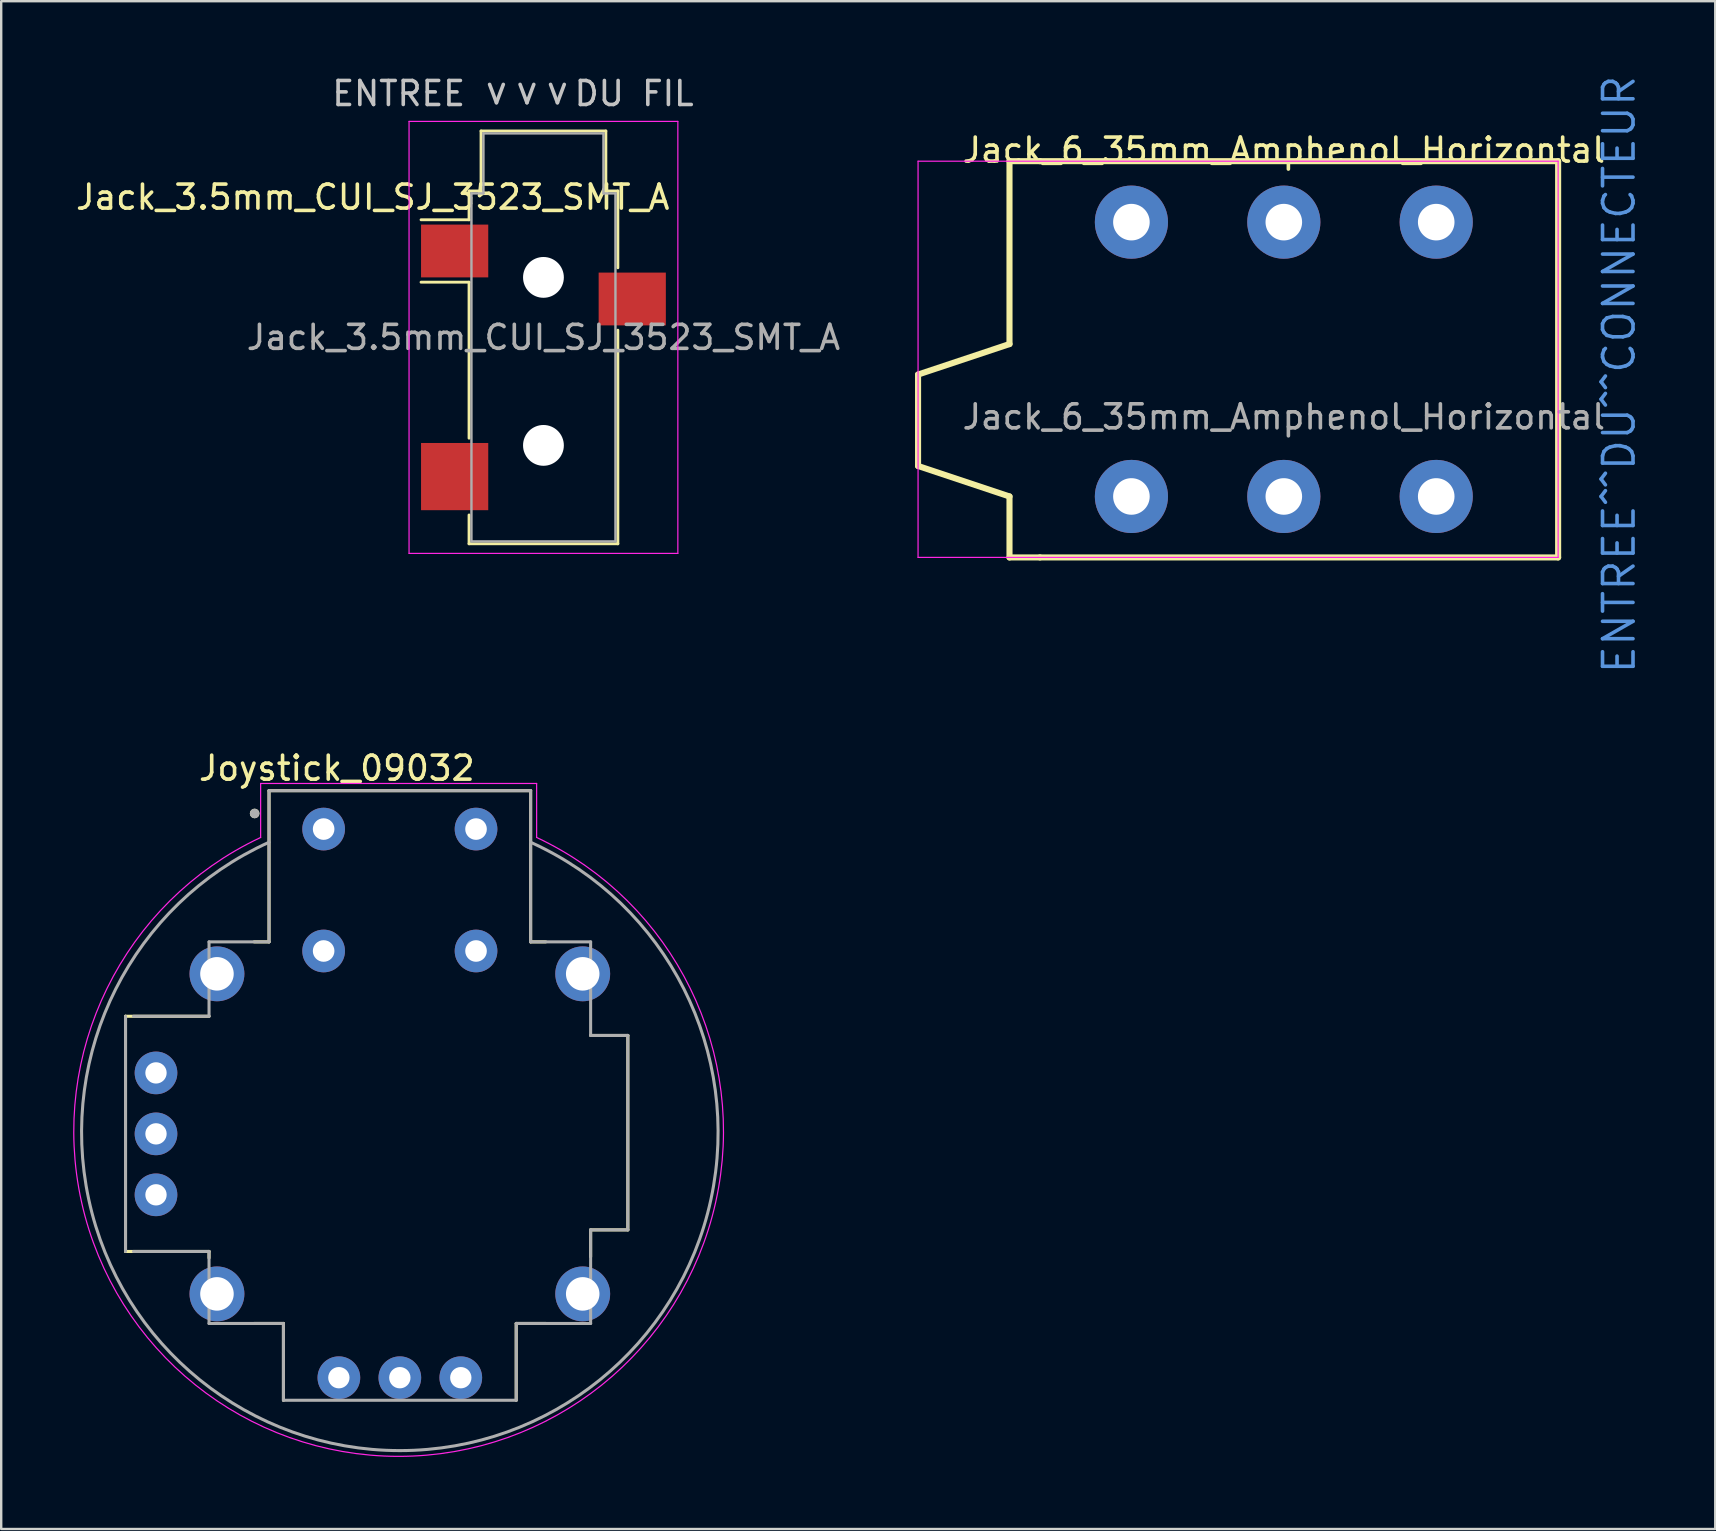
<source format=kicad_pcb>
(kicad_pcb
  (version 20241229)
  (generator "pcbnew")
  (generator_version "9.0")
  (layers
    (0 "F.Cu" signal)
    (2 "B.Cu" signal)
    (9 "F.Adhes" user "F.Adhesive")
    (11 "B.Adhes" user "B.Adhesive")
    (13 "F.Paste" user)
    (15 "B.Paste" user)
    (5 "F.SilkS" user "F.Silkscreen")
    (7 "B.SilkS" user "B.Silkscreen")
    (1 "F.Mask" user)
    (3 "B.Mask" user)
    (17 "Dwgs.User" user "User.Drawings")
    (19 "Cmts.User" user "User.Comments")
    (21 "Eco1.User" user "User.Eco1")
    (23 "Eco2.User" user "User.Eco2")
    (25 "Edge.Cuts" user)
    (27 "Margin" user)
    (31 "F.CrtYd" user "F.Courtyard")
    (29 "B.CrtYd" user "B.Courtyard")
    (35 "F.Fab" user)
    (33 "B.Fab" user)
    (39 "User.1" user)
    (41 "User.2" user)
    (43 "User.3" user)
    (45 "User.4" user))
  (footprint "Jack_3.5mm_CUI_SJ_3523_SMT_A"
    (layer "F.Cu")
    (at 19.594 11.008)
    (property "Reference" "Jack_3.5mm_CUI_SJ_3523_SMT_A" (at -7.112 -5.842 0) (layer "F.SilkS") (effects (font (size 1 1) (thickness 0.15))))
    (attr smd)
    (fp_line (start -3.1 -6.1) (end -2.6 -6.1) (stroke (width 0.12) (type solid)) (layer "F.SilkS"))
    (fp_line (start -3.1 -4.9) (end -5.1 -4.9) (stroke (width 0.12) (type solid)) (layer "F.SilkS"))
    (fp_line (start -3.1 -4.9) (end -3.1 -6.1) (stroke (width 0.12) (type solid)) (layer "F.SilkS"))
    (fp_line (start -3.1 -2.3) (end -5.1 -2.3) (stroke (width 0.12) (type solid)) (layer "F.SilkS"))
    (fp_line (start -3.1 4.2) (end -3.1 -2.3) (stroke (width 0.12) (type solid)) (layer "F.SilkS"))
    (fp_line (start -3.1 8.6) (end -3.1 7.4) (stroke (width 0.12) (type solid)) (layer "F.SilkS"))
    (fp_line (start -2.6 -8.6) (end 2.6 -8.6) (stroke (width 0.12) (type solid)) (layer "F.SilkS"))
    (fp_line (start -2.6 -6.1) (end -2.6 -8.6) (stroke (width 0.12) (type solid)) (layer "F.SilkS"))
    (fp_line (start 2.6 -8.6) (end 2.6 -6.1) (stroke (width 0.12) (type solid)) (layer "F.SilkS"))
    (fp_line (start 2.6 -6.1) (end 3.1 -6.1) (stroke (width 0.12) (type solid)) (layer "F.SilkS"))
    (fp_line (start 3.1 -6.1) (end 3.1 -2.9) (stroke (width 0.12) (type solid)) (layer "F.SilkS"))
    (fp_line (start 3.1 -0.3) (end 3.1 8.6) (stroke (width 0.12) (type solid)) (layer "F.SilkS"))
    (fp_line (start 3.1 8.6) (end -3.1 8.6) (stroke (width 0.12) (type solid)) (layer "F.SilkS"))
    (fp_line (start -5.6 -9) (end 5.6 -9) (stroke (width 0.05) (type solid)) (layer "F.CrtYd"))
    (fp_line (start -5.6 9) (end -5.6 -9) (stroke (width 0.05) (type solid)) (layer "F.CrtYd"))
    (fp_line (start 5.6 -9) (end 5.6 9) (stroke (width 0.05) (type solid)) (layer "F.CrtYd"))
    (fp_line (start 5.6 9) (end -5.6 9) (stroke (width 0.05) (type solid)) (layer "F.CrtYd"))
    (fp_line (start -3 -6) (end -2.5 -6) (stroke (width 0.1) (type solid)) (layer "F.Fab"))
    (fp_line (start -3 8.5) (end -3 -6) (stroke (width 0.1) (type solid)) (layer "F.Fab"))
    (fp_line (start -2.5 -8.5) (end 2.5 -8.5) (stroke (width 0.1) (type solid)) (layer "F.Fab"))
    (fp_line (start -2.5 -6) (end -2.5 -8.5) (stroke (width 0.1) (type solid)) (layer "F.Fab"))
    (fp_line (start 2.5 -8.5) (end 2.5 -6) (stroke (width 0.1) (type solid)) (layer "F.Fab"))
    (fp_line (start 2.5 -6) (end 3 -6) (stroke (width 0.1) (type solid)) (layer "F.Fab"))
    (fp_line (start 3 -6) (end 3 8.5) (stroke (width 0.1) (type solid)) (layer "F.Fab"))
    (fp_line (start 3 8.5) (end -3 8.5) (stroke (width 0.1) (type solid)) (layer "F.Fab"))
    (fp_text user "<" (at -2.032 -10.16 90) (unlocked yes) (layer "Dwgs.User") (effects (font (size 1 1) (thickness 0.15))))
    (fp_text user "ENTREE      DU FIL" (at -1.27 -10.16 0) (layer "Dwgs.User") (effects (font (size 1 1) (thickness 0.15))))
    (fp_text user "<" (at -0.762 -10.16 90) (unlocked yes) (layer "Dwgs.User") (effects (font (size 1 1) (thickness 0.15))))
    (fp_text user "<" (at 0.508 -10.16 90) (unlocked yes) (layer "Dwgs.User") (effects (font (size 1 1) (thickness 0.15))))
    (fp_text user "${REFERENCE}" (at 0 0 0) (layer "F.Fab") (effects (font (size 1 1) (thickness 0.15))))
    (pad "" np_thru_hole circle (at 0 -2.5) (size 1.7 1.7) (drill 1.7) (layers "*.Cu" "*.Mask"))
    (pad "" np_thru_hole circle (at 0 4.5) (size 1.7 1.7) (drill 1.7) (layers "*.Cu" "*.Mask"))
    (pad "R" smd rect (at 3.7 -1.6) (size 2.8 2.2) (layers "F.Cu" "F.Mask" "F.Paste"))
    (pad "S" smd rect (at -3.7 -3.6) (size 2.8 2.2) (layers "F.Cu" "F.Mask" "F.Paste"))
    (pad "T" smd rect (at -3.7 5.8) (size 2.8 2.8) (layers "F.Cu" "F.Mask" "F.Paste")))
  (footprint "Jack_6_35mm_Amphenol_Horizontal"
    (layer "F.Cu")
    (at 44.093 6.206)
    (property "Reference" "Jack_6_35mm_Amphenol_Horizontal" (at 6.35 -3 0) (layer "F.SilkS") (effects (font (size 1 1) (thickness 0.15))))
    (attr through_hole)
    (fp_line (start -8.89 6.35) (end -5.08 5.08) (stroke (width 0.254) (type solid)) (layer "F.SilkS"))
    (fp_line (start -8.89 10.16) (end -8.89 6.35) (stroke (width 0.254) (type solid)) (layer "F.SilkS"))
    (fp_line (start -5.08 -2.54) (end -3.81 -2.54) (stroke (width 0.254) (type solid)) (layer "F.SilkS"))
    (fp_line (start -5.08 5.08) (end -5.08 -2.54) (stroke (width 0.254) (type solid)) (layer "F.SilkS"))
    (fp_line (start -5.08 11.43) (end -8.89 10.16) (stroke (width 0.254) (type solid)) (layer "F.SilkS"))
    (fp_line (start -5.08 13.97) (end -5.08 11.43) (stroke (width 0.254) (type solid)) (layer "F.SilkS"))
    (fp_line (start -3.81 -2.54) (end 17.78 -2.54) (stroke (width 0.254) (type solid)) (layer "F.SilkS"))
    (fp_line (start -3.81 13.97) (end -5.08 13.97) (stroke (width 0.254) (type solid)) (layer "F.SilkS"))
    (fp_line (start 17.78 -2.54) (end 17.78 13.97) (stroke (width 0.254) (type solid)) (layer "F.SilkS"))
    (fp_line (start 17.78 13.97) (end -3.81 13.97) (stroke (width 0.254) (type solid)) (layer "F.SilkS"))
    (fp_line (start -8.89 -2.54) (end -8.89 13.97) (stroke (width 0.05) (type solid)) (layer "F.CrtYd"))
    (fp_line (start -8.89 13.97) (end 17.78 13.97) (stroke (width 0.05) (type solid)) (layer "F.CrtYd"))
    (fp_line (start 17.78 -2.54) (end -8.89 -2.54) (stroke (width 0.05) (type solid)) (layer "F.CrtYd"))
    (fp_line (start 17.78 13.97) (end 17.78 -2.54) (stroke (width 0.05) (type solid)) (layer "F.CrtYd"))
    (fp_text user "ENTREE^^DU^^CONNECTEUR" (at 20.32 6.35 90) (unlocked yes) (layer "Cmts.User") (effects (font (size 1.27 1.27) (thickness 0.15))))
    (fp_text user "${REFERENCE}" (at 6.35 8.115 0) (layer "F.Fab") (effects (font (size 1 1) (thickness 0.15))))
    (pad "R" thru_hole circle (at 6.35 0) (size 3.048 3.048) (drill 1.524) (layers "*.Cu" "*.Mask"))
    (pad "RN" thru_hole circle (at 6.35 11.43) (size 3.048 3.048) (drill 1.524) (layers "*.Cu" "*.Mask"))
    (pad "S" thru_hole circle (at 12.7 0) (size 3.048 3.048) (drill 1.524) (layers "*.Cu" "*.Mask"))
    (pad "SN" thru_hole circle (at 12.7 11.43) (size 3.048 3.048) (drill 1.524) (layers "*.Cu" "*.Mask"))
    (pad "T" thru_hole circle (at 0 0) (size 3.048 3.048) (drill 1.524) (layers "*.Cu" "*.Mask"))
    (pad "TN" thru_hole circle (at 0 11.43) (size 3.048 3.048) (drill 1.524) (layers "*.Cu" "*.Mask")))
  (footprint "Joystick_09032"
    (layer "F.Cu")
    (at 13.61 44.195)
    (property "Reference" "Joystick_09032" (at -2.625 -15.235 0) (layer "F.SilkS") (effects (font (size 1 1) (thickness 0.15))))
    (attr through_hole)
    (fp_line (start -11.43 -4.9) (end -7.95 -4.9) (stroke (width 0.127) (type solid)) (layer "F.SilkS"))
    (fp_line (start -11.43 4.9) (end -11.43 -4.9) (stroke (width 0.127) (type solid)) (layer "F.SilkS"))
    (fp_line (start -7.95 4.9) (end -11.43 4.9) (stroke (width 0.127) (type solid)) (layer "F.SilkS"))
    (fp_line (start -7.95 5.17) (end -7.95 4.9) (stroke (width 0.127) (type solid)) (layer "F.SilkS"))
    (fp_line (start -6.07 -8) (end -5.45 -8) (stroke (width 0.127) (type solid)) (layer "F.SilkS"))
    (fp_line (start -5.45 -14.3) (end 5.45 -14.3) (stroke (width 0.127) (type solid)) (layer "F.SilkS"))
    (fp_line (start -5.45 -8) (end -5.45 -14.3) (stroke (width 0.127) (type solid)) (layer "F.SilkS"))
    (fp_line (start -4.85 7.9) (end -6.07 7.9) (stroke (width 0.127) (type solid)) (layer "F.SilkS"))
    (fp_line (start -4.85 11.1) (end -4.85 7.9) (stroke (width 0.127) (type solid)) (layer "F.SilkS"))
    (fp_line (start 4.85 7.9) (end 4.85 11.1) (stroke (width 0.127) (type solid)) (layer "F.SilkS"))
    (fp_line (start 5.45 -14.3) (end 5.45 -8) (stroke (width 0.127) (type solid)) (layer "F.SilkS"))
    (fp_line (start 5.45 -8) (end 6.08 -8) (stroke (width 0.127) (type solid)) (layer "F.SilkS"))
    (fp_line (start 6.08 7.9) (end 4.85 7.9) (stroke (width 0.127) (type solid)) (layer "F.SilkS"))
    (fp_line (start 7.95 -4.1) (end 9.5 -4.1) (stroke (width 0.127) (type solid)) (layer "F.SilkS"))
    (fp_line (start 7.95 4) (end 7.95 5.12) (stroke (width 0.127) (type solid)) (layer "F.SilkS"))
    (fp_line (start 9.5 -4.1) (end 9.5 4) (stroke (width 0.127) (type solid)) (layer "F.SilkS"))
    (fp_line (start 9.5 4) (end 7.95 4) (stroke (width 0.127) (type solid)) (layer "F.SilkS"))
    (fp_circle (center -6.05 -13.35) (end -5.95 -13.35) (stroke (width 0.2) (type solid)) (fill no) (layer "F.SilkS"))
    (fp_line (start -5.8 -14.6) (end 5.7 -14.6) (stroke (width 0.05) (type solid)) (layer "F.CrtYd"))
    (fp_line (start -5.8 -12.35) (end -5.8 -14.6) (stroke (width 0.05) (type solid)) (layer "F.CrtYd"))
    (fp_line (start 5.7 -14.6) (end 5.7 -12.35) (stroke (width 0.05) (type solid)) (layer "F.CrtYd"))
    (fp_arc (start 5.7 -12.35) (mid -0.05 13.437438) (end -5.8 -12.35) (stroke (width 0.05) (type solid)) (layer "F.CrtYd"))
    (fp_line (start -11.43 -4.9) (end -11.43 4.9) (stroke (width 0.127) (type solid)) (layer "F.Fab"))
    (fp_line (start -7.95 -4.9) (end -11.1 -4.9) (stroke (width 0.127) (type solid)) (layer "F.Fab"))
    (fp_line (start -7.95 -4.9) (end -7.95 -8) (stroke (width 0.127) (type solid)) (layer "F.Fab"))
    (fp_line (start -7.95 4.9) (end -11.1 4.9) (stroke (width 0.127) (type solid)) (layer "F.Fab"))
    (fp_line (start -7.95 4.9) (end -7.95 7.9) (stroke (width 0.127) (type solid)) (layer "F.Fab"))
    (fp_line (start -5.45 -14.3) (end -5.45 -8) (stroke (width 0.127) (type solid)) (layer "F.Fab"))
    (fp_line (start -5.45 -8) (end -7.95 -8) (stroke (width 0.127) (type solid)) (layer "F.Fab"))
    (fp_line (start -4.85 7.9) (end -7.95 7.9) (stroke (width 0.127) (type solid)) (layer "F.Fab"))
    (fp_line (start -4.85 11.1) (end -4.85 7.9) (stroke (width 0.127) (type solid)) (layer "F.Fab"))
    (fp_line (start 4.85 7.9) (end 7.95 7.9) (stroke (width 0.127) (type solid)) (layer "F.Fab"))
    (fp_line (start 4.85 11.1) (end -4.85 11.1) (stroke (width 0.127) (type solid)) (layer "F.Fab"))
    (fp_line (start 4.85 11.1) (end 4.85 7.9) (stroke (width 0.127) (type solid)) (layer "F.Fab"))
    (fp_line (start 5.45 -14.3) (end -5.45 -14.3) (stroke (width 0.127) (type solid)) (layer "F.Fab"))
    (fp_line (start 5.45 -14.3) (end 5.45 -8) (stroke (width 0.127) (type solid)) (layer "F.Fab"))
    (fp_line (start 7.95 -8) (end 5.45 -8) (stroke (width 0.127) (type solid)) (layer "F.Fab"))
    (fp_line (start 7.95 -4.1) (end 7.95 -8) (stroke (width 0.127) (type solid)) (layer "F.Fab"))
    (fp_line (start 7.95 -4.1) (end 9.5 -4.1) (stroke (width 0.127) (type solid)) (layer "F.Fab"))
    (fp_line (start 7.95 4) (end 7.95 7.9) (stroke (width 0.127) (type solid)) (layer "F.Fab"))
    (fp_line (start 7.95 4) (end 9.5 4) (stroke (width 0.127) (type solid)) (layer "F.Fab"))
    (fp_line (start 9.5 -4.1) (end 9.5 4) (stroke (width 0.127) (type solid)) (layer "F.Fab"))
    (fp_arc (start 5.45 -12.15) (mid 0 13.197504) (end -5.45 -12.15) (stroke (width 0.127) (type solid)) (layer "F.Fab"))
    (fp_circle (center -6.05 -13.35) (end -5.95 -13.35) (stroke (width 0.2) (type solid)) (fill no) (layer "F.Fab"))
    (pad "B1A" thru_hole circle (at -3.175 -12.7) (size 1.778 1.778) (drill 0.9) (layers "*.Cu" "*.Mask"))
    (pad "B1B" thru_hole circle (at 3.175 -12.7) (size 1.778 1.778) (drill 0.9) (layers "*.Cu" "*.Mask"))
    (pad "B2A" thru_hole circle (at -3.175 -7.62) (size 1.778 1.778) (drill 0.9) (layers "*.Cu" "*.Mask"))
    (pad "B2B" thru_hole circle (at 3.175 -7.62) (size 1.778 1.778) (drill 0.9) (layers "*.Cu" "*.Mask"))
    (pad "H1" thru_hole circle (at -2.54 10.16) (size 1.778 1.778) (drill 0.889) (layers "*.Cu" "*.Mask"))
    (pad "H2" thru_hole circle (at 0 10.16) (size 1.778 1.778) (drill 0.889) (layers "*.Cu" "*.Mask"))
    (pad "H3" thru_hole circle (at 2.54 10.16) (size 1.778 1.778) (drill 0.889) (layers "*.Cu" "*.Mask"))
    (pad "S1" thru_hole circle (at -7.62 -6.668) (size 2.286 2.286) (drill 1.397) (layers "*.Cu" "*.Mask"))
    (pad "S2" thru_hole circle (at -7.62 6.668) (size 2.286 2.286) (drill 1.397) (layers "*.Cu" "*.Mask"))
    (pad "S3" thru_hole circle (at 7.62 6.668) (size 2.286 2.286) (drill 1.397) (layers "*.Cu" "*.Mask"))
    (pad "S4" thru_hole circle (at 7.62 -6.668) (size 2.286 2.286) (drill 1.397) (layers "*.Cu" "*.Mask"))
    (pad "V1" thru_hole circle (at -10.16 -2.54) (size 1.778 1.778) (drill 0.889) (layers "*.Cu" "*.Mask"))
    (pad "V2" thru_hole circle (at -10.16 0) (size 1.778 1.778) (drill 0.889) (layers "*.Cu" "*.Mask"))
    (pad "V3" thru_hole circle (at -10.16 2.54) (size 1.778 1.778) (drill 0.889) (layers "*.Cu" "*.Mask")))
  (gr_rect
    (start -3 -3)
    (end 68.419 60.658)
    (stroke (width 0.1) (type default))
    (fill no)
    (layer "Edge.Cuts")))
</source>
